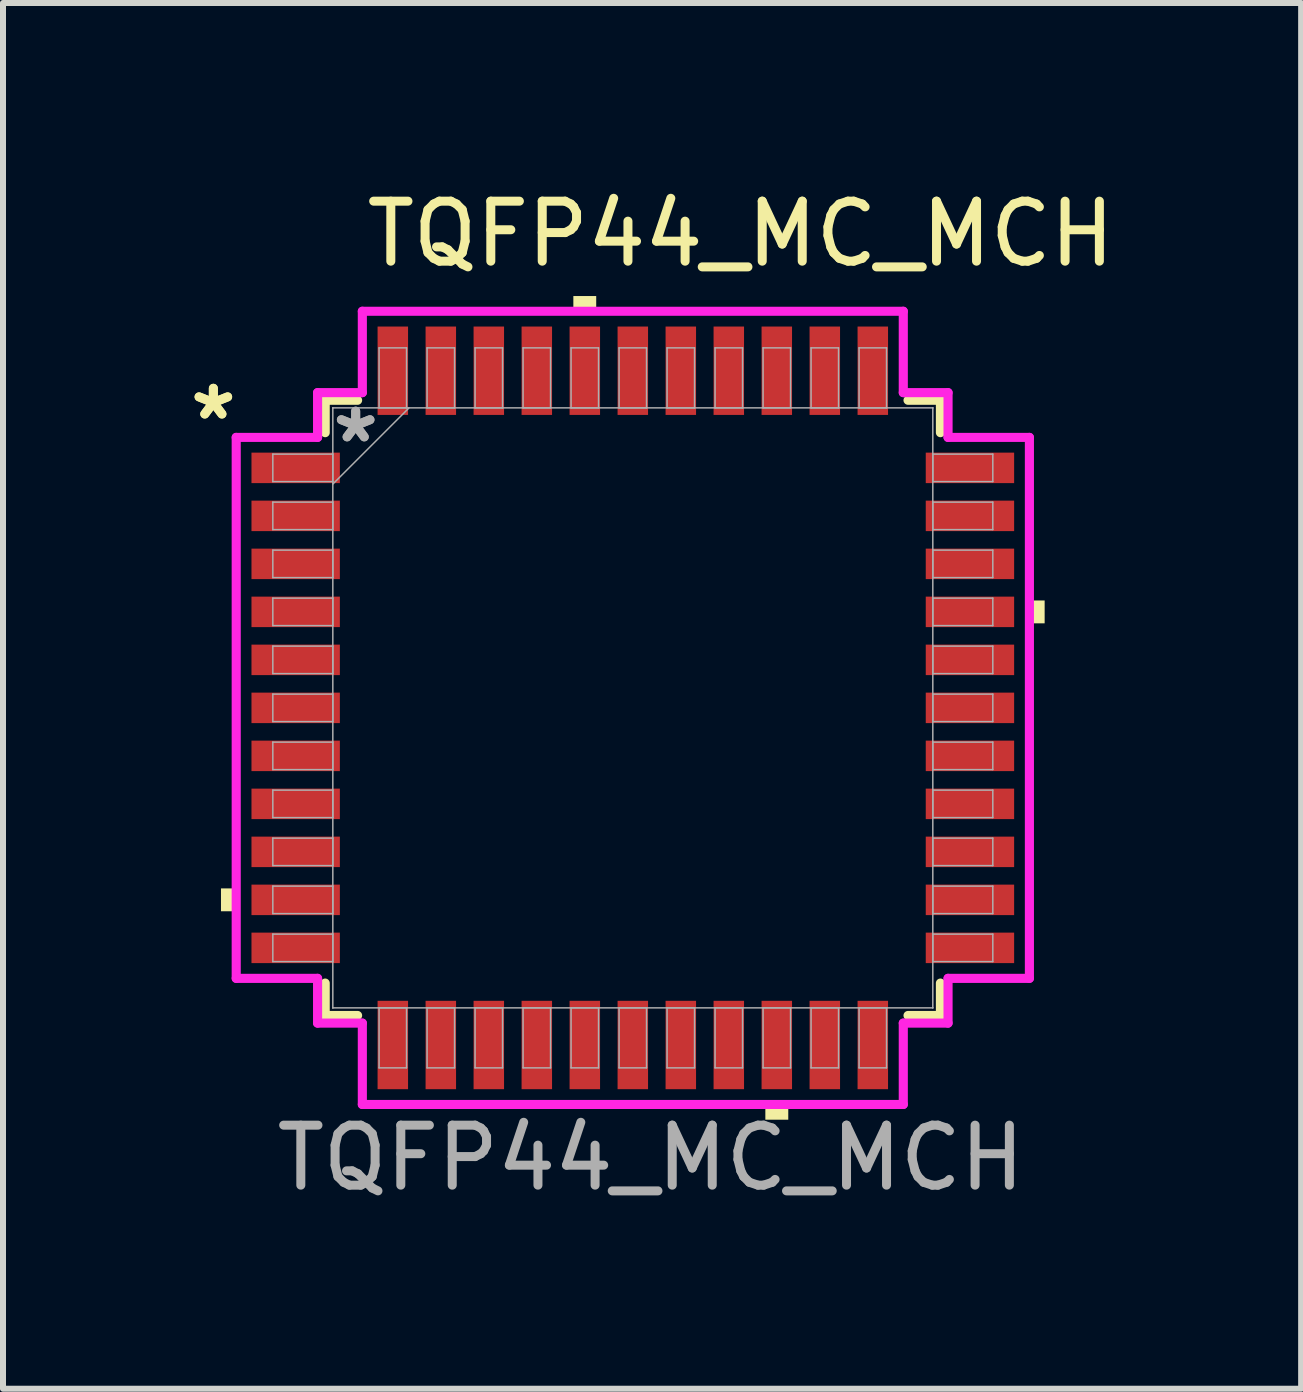
<source format=kicad_pcb>
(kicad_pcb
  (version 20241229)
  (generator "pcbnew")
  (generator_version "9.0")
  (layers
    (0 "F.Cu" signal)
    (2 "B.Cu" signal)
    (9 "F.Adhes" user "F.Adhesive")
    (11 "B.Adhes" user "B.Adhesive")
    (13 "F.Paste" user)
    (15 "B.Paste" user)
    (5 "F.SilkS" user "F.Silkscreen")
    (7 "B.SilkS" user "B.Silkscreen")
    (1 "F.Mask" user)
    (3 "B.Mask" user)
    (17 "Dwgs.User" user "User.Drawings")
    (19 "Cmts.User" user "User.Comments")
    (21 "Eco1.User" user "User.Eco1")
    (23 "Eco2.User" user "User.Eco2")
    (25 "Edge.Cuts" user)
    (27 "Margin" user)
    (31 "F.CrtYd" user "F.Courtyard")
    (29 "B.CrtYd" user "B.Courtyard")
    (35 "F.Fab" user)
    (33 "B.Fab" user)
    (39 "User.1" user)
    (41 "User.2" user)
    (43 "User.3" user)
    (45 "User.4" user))
  (footprint "TQFP44_MC_MCH"
    (layer "F.Cu")
    (at 7.497 8.748)
    (property "Reference" "TQFP44_MC_MCH" (at 1.8 -7.9 0) (unlocked yes) (layer "F.SilkS") (effects (font (size 1 1) (thickness 0.15))))
    (attr smd)
    (fp_line (start -5.127 -5.127) (end -5.127 -4.587) (stroke (width 0.152) (type solid)) (layer "F.SilkS"))
    (fp_line (start -5.127 4.587) (end -5.127 5.127) (stroke (width 0.152) (type solid)) (layer "F.SilkS"))
    (fp_line (start -5.127 5.127) (end -4.587 5.127) (stroke (width 0.152) (type solid)) (layer "F.SilkS"))
    (fp_line (start -4.587 -5.127) (end -5.127 -5.127) (stroke (width 0.152) (type solid)) (layer "F.SilkS"))
    (fp_line (start 4.587 5.127) (end 5.127 5.127) (stroke (width 0.152) (type solid)) (layer "F.SilkS"))
    (fp_line (start 5.127 -5.127) (end 4.587 -5.127) (stroke (width 0.152) (type solid)) (layer "F.SilkS"))
    (fp_line (start 5.127 -4.587) (end 5.127 -5.127) (stroke (width 0.152) (type solid)) (layer "F.SilkS"))
    (fp_line (start 5.127 5.127) (end 5.127 4.587) (stroke (width 0.152) (type solid)) (layer "F.SilkS"))
    (fp_poly (pts (xy -6.864 3.009) (xy -6.864 3.39) (xy -6.61 3.39) (xy -6.61 3.009)) (stroke (width 0) (type solid)) (fill yes) (layer "F.SilkS"))
    (fp_poly (pts (xy -0.991 -6.61) (xy -0.991 -6.864) (xy -0.61 -6.864) (xy -0.61 -6.61)) (stroke (width 0) (type solid)) (fill yes) (layer "F.SilkS"))
    (fp_poly (pts (xy 2.209 6.61) (xy 2.209 6.864) (xy 2.591 6.864) (xy 2.591 6.61)) (stroke (width 0) (type solid)) (fill yes) (layer "F.SilkS"))
    (fp_poly (pts (xy 6.864 -1.79) (xy 6.864 -1.409) (xy 6.61 -1.409) (xy 6.61 -1.79)) (stroke (width 0) (type solid)) (fill yes) (layer "F.SilkS"))
    (fp_line (start -6.61 -4.508) (end -5.254 -4.508) (stroke (width 0.152) (type solid)) (layer "F.CrtYd"))
    (fp_line (start -6.61 4.508) (end -6.61 -4.508) (stroke (width 0.152) (type solid)) (layer "F.CrtYd"))
    (fp_line (start -5.254 -5.254) (end -4.508 -5.254) (stroke (width 0.152) (type solid)) (layer "F.CrtYd"))
    (fp_line (start -5.254 -4.508) (end -5.254 -5.254) (stroke (width 0.152) (type solid)) (layer "F.CrtYd"))
    (fp_line (start -5.254 4.508) (end -6.61 4.508) (stroke (width 0.152) (type solid)) (layer "F.CrtYd"))
    (fp_line (start -5.254 5.254) (end -5.254 4.508) (stroke (width 0.152) (type solid)) (layer "F.CrtYd"))
    (fp_line (start -5.254 5.254) (end -4.508 5.254) (stroke (width 0.152) (type solid)) (layer "F.CrtYd"))
    (fp_line (start -4.508 -6.61) (end 4.508 -6.61) (stroke (width 0.152) (type solid)) (layer "F.CrtYd"))
    (fp_line (start -4.508 -5.254) (end -4.508 -6.61) (stroke (width 0.152) (type solid)) (layer "F.CrtYd"))
    (fp_line (start -4.508 5.254) (end -4.508 6.61) (stroke (width 0.152) (type solid)) (layer "F.CrtYd"))
    (fp_line (start -4.508 6.61) (end 4.508 6.61) (stroke (width 0.152) (type solid)) (layer "F.CrtYd"))
    (fp_line (start 4.508 -6.61) (end 4.508 -5.254) (stroke (width 0.152) (type solid)) (layer "F.CrtYd"))
    (fp_line (start 4.508 -5.254) (end 5.254 -5.254) (stroke (width 0.152) (type solid)) (layer "F.CrtYd"))
    (fp_line (start 4.508 5.254) (end 5.254 5.254) (stroke (width 0.152) (type solid)) (layer "F.CrtYd"))
    (fp_line (start 4.508 6.61) (end 4.508 5.254) (stroke (width 0.152) (type solid)) (layer "F.CrtYd"))
    (fp_line (start 5.254 -4.508) (end 5.254 -5.254) (stroke (width 0.152) (type solid)) (layer "F.CrtYd"))
    (fp_line (start 5.254 4.508) (end 6.61 4.508) (stroke (width 0.152) (type solid)) (layer "F.CrtYd"))
    (fp_line (start 5.254 5.254) (end 5.254 4.508) (stroke (width 0.152) (type solid)) (layer "F.CrtYd"))
    (fp_line (start 6.61 -4.508) (end 5.254 -4.508) (stroke (width 0.152) (type solid)) (layer "F.CrtYd"))
    (fp_line (start 6.61 4.508) (end 6.61 -4.508) (stroke (width 0.152) (type solid)) (layer "F.CrtYd"))
    (fp_line (start -6 -4.229) (end -6 -3.771) (stroke (width 0.025) (type solid)) (layer "F.Fab"))
    (fp_line (start -6 -3.771) (end -5 -3.771) (stroke (width 0.025) (type solid)) (layer "F.Fab"))
    (fp_line (start -6 -3.429) (end -6 -2.971) (stroke (width 0.025) (type solid)) (layer "F.Fab"))
    (fp_line (start -6 -2.971) (end -5 -2.971) (stroke (width 0.025) (type solid)) (layer "F.Fab"))
    (fp_line (start -6 -2.629) (end -6 -2.171) (stroke (width 0.025) (type solid)) (layer "F.Fab"))
    (fp_line (start -6 -2.171) (end -5 -2.171) (stroke (width 0.025) (type solid)) (layer "F.Fab"))
    (fp_line (start -6 -1.829) (end -6 -1.371) (stroke (width 0.025) (type solid)) (layer "F.Fab"))
    (fp_line (start -6 -1.371) (end -5 -1.371) (stroke (width 0.025) (type solid)) (layer "F.Fab"))
    (fp_line (start -6 -1.029) (end -6 -0.571) (stroke (width 0.025) (type solid)) (layer "F.Fab"))
    (fp_line (start -6 -0.571) (end -5 -0.571) (stroke (width 0.025) (type solid)) (layer "F.Fab"))
    (fp_line (start -6 -0.229) (end -6 0.229) (stroke (width 0.025) (type solid)) (layer "F.Fab"))
    (fp_line (start -6 0.229) (end -5 0.229) (stroke (width 0.025) (type solid)) (layer "F.Fab"))
    (fp_line (start -6 0.571) (end -6 1.029) (stroke (width 0.025) (type solid)) (layer "F.Fab"))
    (fp_line (start -6 1.029) (end -5 1.029) (stroke (width 0.025) (type solid)) (layer "F.Fab"))
    (fp_line (start -6 1.371) (end -6 1.829) (stroke (width 0.025) (type solid)) (layer "F.Fab"))
    (fp_line (start -6 1.829) (end -5 1.829) (stroke (width 0.025) (type solid)) (layer "F.Fab"))
    (fp_line (start -6 2.171) (end -6 2.629) (stroke (width 0.025) (type solid)) (layer "F.Fab"))
    (fp_line (start -6 2.629) (end -5 2.629) (stroke (width 0.025) (type solid)) (layer "F.Fab"))
    (fp_line (start -6 2.971) (end -6 3.429) (stroke (width 0.025) (type solid)) (layer "F.Fab"))
    (fp_line (start -6 3.429) (end -5 3.429) (stroke (width 0.025) (type solid)) (layer "F.Fab"))
    (fp_line (start -6 3.771) (end -6 4.229) (stroke (width 0.025) (type solid)) (layer "F.Fab"))
    (fp_line (start -6 4.229) (end -5 4.229) (stroke (width 0.025) (type solid)) (layer "F.Fab"))
    (fp_line (start -5 -5) (end -5 -5) (stroke (width 0.025) (type solid)) (layer "F.Fab"))
    (fp_line (start -5 -5) (end -5 5) (stroke (width 0.025) (type solid)) (layer "F.Fab"))
    (fp_line (start -5 -4.229) (end -6 -4.229) (stroke (width 0.025) (type solid)) (layer "F.Fab"))
    (fp_line (start -5 -3.771) (end -5 -4.229) (stroke (width 0.025) (type solid)) (layer "F.Fab"))
    (fp_line (start -5 -3.73) (end -3.73 -5) (stroke (width 0.025) (type solid)) (layer "F.Fab"))
    (fp_line (start -5 -3.429) (end -6 -3.429) (stroke (width 0.025) (type solid)) (layer "F.Fab"))
    (fp_line (start -5 -2.971) (end -5 -3.429) (stroke (width 0.025) (type solid)) (layer "F.Fab"))
    (fp_line (start -5 -2.629) (end -6 -2.629) (stroke (width 0.025) (type solid)) (layer "F.Fab"))
    (fp_line (start -5 -2.171) (end -5 -2.629) (stroke (width 0.025) (type solid)) (layer "F.Fab"))
    (fp_line (start -5 -1.829) (end -6 -1.829) (stroke (width 0.025) (type solid)) (layer "F.Fab"))
    (fp_line (start -5 -1.371) (end -5 -1.829) (stroke (width 0.025) (type solid)) (layer "F.Fab"))
    (fp_line (start -5 -1.029) (end -6 -1.029) (stroke (width 0.025) (type solid)) (layer "F.Fab"))
    (fp_line (start -5 -0.571) (end -5 -1.029) (stroke (width 0.025) (type solid)) (layer "F.Fab"))
    (fp_line (start -5 -0.229) (end -6 -0.229) (stroke (width 0.025) (type solid)) (layer "F.Fab"))
    (fp_line (start -5 0.229) (end -5 -0.229) (stroke (width 0.025) (type solid)) (layer "F.Fab"))
    (fp_line (start -5 0.571) (end -6 0.571) (stroke (width 0.025) (type solid)) (layer "F.Fab"))
    (fp_line (start -5 1.029) (end -5 0.571) (stroke (width 0.025) (type solid)) (layer "F.Fab"))
    (fp_line (start -5 1.371) (end -6 1.371) (stroke (width 0.025) (type solid)) (layer "F.Fab"))
    (fp_line (start -5 1.829) (end -5 1.371) (stroke (width 0.025) (type solid)) (layer "F.Fab"))
    (fp_line (start -5 2.171) (end -6 2.171) (stroke (width 0.025) (type solid)) (layer "F.Fab"))
    (fp_line (start -5 2.629) (end -5 2.171) (stroke (width 0.025) (type solid)) (layer "F.Fab"))
    (fp_line (start -5 2.971) (end -6 2.971) (stroke (width 0.025) (type solid)) (layer "F.Fab"))
    (fp_line (start -5 3.429) (end -5 2.971) (stroke (width 0.025) (type solid)) (layer "F.Fab"))
    (fp_line (start -5 3.771) (end -6 3.771) (stroke (width 0.025) (type solid)) (layer "F.Fab"))
    (fp_line (start -5 4.229) (end -5 3.771) (stroke (width 0.025) (type solid)) (layer "F.Fab"))
    (fp_line (start -5 5) (end -5 5) (stroke (width 0.025) (type solid)) (layer "F.Fab"))
    (fp_line (start -5 5) (end 5 5) (stroke (width 0.025) (type solid)) (layer "F.Fab"))
    (fp_line (start -4.229 5) (end -4.229 6) (stroke (width 0.025) (type solid)) (layer "F.Fab"))
    (fp_line (start -4.229 6) (end -3.771 6) (stroke (width 0.025) (type solid)) (layer "F.Fab"))
    (fp_line (start -4.229 -6) (end -4.229 -5) (stroke (width 0.025) (type solid)) (layer "F.Fab"))
    (fp_line (start -4.229 -5) (end -3.771 -5) (stroke (width 0.025) (type solid)) (layer "F.Fab"))
    (fp_line (start -3.771 5) (end -4.229 5) (stroke (width 0.025) (type solid)) (layer "F.Fab"))
    (fp_line (start -3.771 6) (end -3.771 5) (stroke (width 0.025) (type solid)) (layer "F.Fab"))
    (fp_line (start -3.771 -6) (end -4.229 -6) (stroke (width 0.025) (type solid)) (layer "F.Fab"))
    (fp_line (start -3.771 -5) (end -3.771 -6) (stroke (width 0.025) (type solid)) (layer "F.Fab"))
    (fp_line (start -3.429 -6) (end -3.429 -5) (stroke (width 0.025) (type solid)) (layer "F.Fab"))
    (fp_line (start -3.429 -5) (end -2.971 -5) (stroke (width 0.025) (type solid)) (layer "F.Fab"))
    (fp_line (start -3.429 5) (end -3.429 6) (stroke (width 0.025) (type solid)) (layer "F.Fab"))
    (fp_line (start -3.429 6) (end -2.971 6) (stroke (width 0.025) (type solid)) (layer "F.Fab"))
    (fp_line (start -2.971 -6) (end -3.429 -6) (stroke (width 0.025) (type solid)) (layer "F.Fab"))
    (fp_line (start -2.971 -5) (end -2.971 -6) (stroke (width 0.025) (type solid)) (layer "F.Fab"))
    (fp_line (start -2.971 5) (end -3.429 5) (stroke (width 0.025) (type solid)) (layer "F.Fab"))
    (fp_line (start -2.971 6) (end -2.971 5) (stroke (width 0.025) (type solid)) (layer "F.Fab"))
    (fp_line (start -2.629 -6) (end -2.629 -5) (stroke (width 0.025) (type solid)) (layer "F.Fab"))
    (fp_line (start -2.629 -5) (end -2.171 -5) (stroke (width 0.025) (type solid)) (layer "F.Fab"))
    (fp_line (start -2.629 5) (end -2.629 6) (stroke (width 0.025) (type solid)) (layer "F.Fab"))
    (fp_line (start -2.629 6) (end -2.171 6) (stroke (width 0.025) (type solid)) (layer "F.Fab"))
    (fp_line (start -2.171 -6) (end -2.629 -6) (stroke (width 0.025) (type solid)) (layer "F.Fab"))
    (fp_line (start -2.171 -5) (end -2.171 -6) (stroke (width 0.025) (type solid)) (layer "F.Fab"))
    (fp_line (start -2.171 5) (end -2.629 5) (stroke (width 0.025) (type solid)) (layer "F.Fab"))
    (fp_line (start -2.171 6) (end -2.171 5) (stroke (width 0.025) (type solid)) (layer "F.Fab"))
    (fp_line (start -1.829 -6) (end -1.829 -5) (stroke (width 0.025) (type solid)) (layer "F.Fab"))
    (fp_line (start -1.829 -5) (end -1.371 -5) (stroke (width 0.025) (type solid)) (layer "F.Fab"))
    (fp_line (start -1.829 5) (end -1.829 6) (stroke (width 0.025) (type solid)) (layer "F.Fab"))
    (fp_line (start -1.829 6) (end -1.371 6) (stroke (width 0.025) (type solid)) (layer "F.Fab"))
    (fp_line (start -1.371 -6) (end -1.829 -6) (stroke (width 0.025) (type solid)) (layer "F.Fab"))
    (fp_line (start -1.371 -5) (end -1.371 -6) (stroke (width 0.025) (type solid)) (layer "F.Fab"))
    (fp_line (start -1.371 5) (end -1.829 5) (stroke (width 0.025) (type solid)) (layer "F.Fab"))
    (fp_line (start -1.371 6) (end -1.371 5) (stroke (width 0.025) (type solid)) (layer "F.Fab"))
    (fp_line (start -1.029 -6) (end -1.029 -5) (stroke (width 0.025) (type solid)) (layer "F.Fab"))
    (fp_line (start -1.029 -5) (end -0.571 -5) (stroke (width 0.025) (type solid)) (layer "F.Fab"))
    (fp_line (start -1.029 5) (end -1.029 6) (stroke (width 0.025) (type solid)) (layer "F.Fab"))
    (fp_line (start -1.029 6) (end -0.571 6) (stroke (width 0.025) (type solid)) (layer "F.Fab"))
    (fp_line (start -0.571 -6) (end -1.029 -6) (stroke (width 0.025) (type solid)) (layer "F.Fab"))
    (fp_line (start -0.571 -5) (end -0.571 -6) (stroke (width 0.025) (type solid)) (layer "F.Fab"))
    (fp_line (start -0.571 5) (end -1.029 5) (stroke (width 0.025) (type solid)) (layer "F.Fab"))
    (fp_line (start -0.571 6) (end -0.571 5) (stroke (width 0.025) (type solid)) (layer "F.Fab"))
    (fp_line (start -0.229 -6) (end -0.229 -5) (stroke (width 0.025) (type solid)) (layer "F.Fab"))
    (fp_line (start -0.229 -5) (end 0.229 -5) (stroke (width 0.025) (type solid)) (layer "F.Fab"))
    (fp_line (start -0.229 5) (end -0.229 6) (stroke (width 0.025) (type solid)) (layer "F.Fab"))
    (fp_line (start -0.229 6) (end 0.229 6) (stroke (width 0.025) (type solid)) (layer "F.Fab"))
    (fp_line (start 0.229 -6) (end -0.229 -6) (stroke (width 0.025) (type solid)) (layer "F.Fab"))
    (fp_line (start 0.229 -5) (end 0.229 -6) (stroke (width 0.025) (type solid)) (layer "F.Fab"))
    (fp_line (start 0.229 5) (end -0.229 5) (stroke (width 0.025) (type solid)) (layer "F.Fab"))
    (fp_line (start 0.229 6) (end 0.229 5) (stroke (width 0.025) (type solid)) (layer "F.Fab"))
    (fp_line (start 0.571 -6) (end 0.571 -5) (stroke (width 0.025) (type solid)) (layer "F.Fab"))
    (fp_line (start 0.571 -5) (end 1.029 -5) (stroke (width 0.025) (type solid)) (layer "F.Fab"))
    (fp_line (start 0.571 5) (end 0.571 6) (stroke (width 0.025) (type solid)) (layer "F.Fab"))
    (fp_line (start 0.571 6) (end 1.029 6) (stroke (width 0.025) (type solid)) (layer "F.Fab"))
    (fp_line (start 1.029 -6) (end 0.571 -6) (stroke (width 0.025) (type solid)) (layer "F.Fab"))
    (fp_line (start 1.029 -5) (end 1.029 -6) (stroke (width 0.025) (type solid)) (layer "F.Fab"))
    (fp_line (start 1.029 5) (end 0.571 5) (stroke (width 0.025) (type solid)) (layer "F.Fab"))
    (fp_line (start 1.029 6) (end 1.029 5) (stroke (width 0.025) (type solid)) (layer "F.Fab"))
    (fp_line (start 1.371 -6) (end 1.371 -5) (stroke (width 0.025) (type solid)) (layer "F.Fab"))
    (fp_line (start 1.371 -5) (end 1.829 -5) (stroke (width 0.025) (type solid)) (layer "F.Fab"))
    (fp_line (start 1.371 5) (end 1.371 6) (stroke (width 0.025) (type solid)) (layer "F.Fab"))
    (fp_line (start 1.371 6) (end 1.829 6) (stroke (width 0.025) (type solid)) (layer "F.Fab"))
    (fp_line (start 1.829 -6) (end 1.371 -6) (stroke (width 0.025) (type solid)) (layer "F.Fab"))
    (fp_line (start 1.829 -5) (end 1.829 -6) (stroke (width 0.025) (type solid)) (layer "F.Fab"))
    (fp_line (start 1.829 5) (end 1.371 5) (stroke (width 0.025) (type solid)) (layer "F.Fab"))
    (fp_line (start 1.829 6) (end 1.829 5) (stroke (width 0.025) (type solid)) (layer "F.Fab"))
    (fp_line (start 2.171 -6) (end 2.171 -5) (stroke (width 0.025) (type solid)) (layer "F.Fab"))
    (fp_line (start 2.171 -5) (end 2.629 -5) (stroke (width 0.025) (type solid)) (layer "F.Fab"))
    (fp_line (start 2.171 5) (end 2.171 6) (stroke (width 0.025) (type solid)) (layer "F.Fab"))
    (fp_line (start 2.171 6) (end 2.629 6) (stroke (width 0.025) (type solid)) (layer "F.Fab"))
    (fp_line (start 2.629 -6) (end 2.171 -6) (stroke (width 0.025) (type solid)) (layer "F.Fab"))
    (fp_line (start 2.629 -5) (end 2.629 -6) (stroke (width 0.025) (type solid)) (layer "F.Fab"))
    (fp_line (start 2.629 5) (end 2.171 5) (stroke (width 0.025) (type solid)) (layer "F.Fab"))
    (fp_line (start 2.629 6) (end 2.629 5) (stroke (width 0.025) (type solid)) (layer "F.Fab"))
    (fp_line (start 2.971 -6) (end 2.971 -5) (stroke (width 0.025) (type solid)) (layer "F.Fab"))
    (fp_line (start 2.971 -5) (end 3.429 -5) (stroke (width 0.025) (type solid)) (layer "F.Fab"))
    (fp_line (start 2.971 5) (end 2.971 6) (stroke (width 0.025) (type solid)) (layer "F.Fab"))
    (fp_line (start 2.971 6) (end 3.429 6) (stroke (width 0.025) (type solid)) (layer "F.Fab"))
    (fp_line (start 3.429 -6) (end 2.971 -6) (stroke (width 0.025) (type solid)) (layer "F.Fab"))
    (fp_line (start 3.429 -5) (end 3.429 -6) (stroke (width 0.025) (type solid)) (layer "F.Fab"))
    (fp_line (start 3.429 5) (end 2.971 5) (stroke (width 0.025) (type solid)) (layer "F.Fab"))
    (fp_line (start 3.429 6) (end 3.429 5) (stroke (width 0.025) (type solid)) (layer "F.Fab"))
    (fp_line (start 3.771 5) (end 3.771 6) (stroke (width 0.025) (type solid)) (layer "F.Fab"))
    (fp_line (start 3.771 6) (end 4.229 6) (stroke (width 0.025) (type solid)) (layer "F.Fab"))
    (fp_line (start 3.771 -6) (end 3.771 -5) (stroke (width 0.025) (type solid)) (layer "F.Fab"))
    (fp_line (start 3.771 -5) (end 4.229 -5) (stroke (width 0.025) (type solid)) (layer "F.Fab"))
    (fp_line (start 4.229 5) (end 3.771 5) (stroke (width 0.025) (type solid)) (layer "F.Fab"))
    (fp_line (start 4.229 6) (end 4.229 5) (stroke (width 0.025) (type solid)) (layer "F.Fab"))
    (fp_line (start 4.229 -6) (end 3.771 -6) (stroke (width 0.025) (type solid)) (layer "F.Fab"))
    (fp_line (start 4.229 -5) (end 4.229 -6) (stroke (width 0.025) (type solid)) (layer "F.Fab"))
    (fp_line (start 5 -5) (end -5 -5) (stroke (width 0.025) (type solid)) (layer "F.Fab"))
    (fp_line (start 5 -5) (end 5 -5) (stroke (width 0.025) (type solid)) (layer "F.Fab"))
    (fp_line (start 5 -4.229) (end 5 -3.771) (stroke (width 0.025) (type solid)) (layer "F.Fab"))
    (fp_line (start 5 -3.771) (end 6 -3.771) (stroke (width 0.025) (type solid)) (layer "F.Fab"))
    (fp_line (start 5 -3.429) (end 5 -2.971) (stroke (width 0.025) (type solid)) (layer "F.Fab"))
    (fp_line (start 5 -2.971) (end 6 -2.971) (stroke (width 0.025) (type solid)) (layer "F.Fab"))
    (fp_line (start 5 -2.629) (end 5 -2.171) (stroke (width 0.025) (type solid)) (layer "F.Fab"))
    (fp_line (start 5 -2.171) (end 6 -2.171) (stroke (width 0.025) (type solid)) (layer "F.Fab"))
    (fp_line (start 5 -1.829) (end 5 -1.371) (stroke (width 0.025) (type solid)) (layer "F.Fab"))
    (fp_line (start 5 -1.371) (end 6 -1.371) (stroke (width 0.025) (type solid)) (layer "F.Fab"))
    (fp_line (start 5 -1.029) (end 5 -0.571) (stroke (width 0.025) (type solid)) (layer "F.Fab"))
    (fp_line (start 5 -0.571) (end 6 -0.571) (stroke (width 0.025) (type solid)) (layer "F.Fab"))
    (fp_line (start 5 -0.229) (end 5 0.229) (stroke (width 0.025) (type solid)) (layer "F.Fab"))
    (fp_line (start 5 0.229) (end 6 0.229) (stroke (width 0.025) (type solid)) (layer "F.Fab"))
    (fp_line (start 5 0.571) (end 5 1.029) (stroke (width 0.025) (type solid)) (layer "F.Fab"))
    (fp_line (start 5 1.029) (end 6 1.029) (stroke (width 0.025) (type solid)) (layer "F.Fab"))
    (fp_line (start 5 1.371) (end 5 1.829) (stroke (width 0.025) (type solid)) (layer "F.Fab"))
    (fp_line (start 5 1.829) (end 6 1.829) (stroke (width 0.025) (type solid)) (layer "F.Fab"))
    (fp_line (start 5 2.171) (end 5 2.629) (stroke (width 0.025) (type solid)) (layer "F.Fab"))
    (fp_line (start 5 2.629) (end 6 2.629) (stroke (width 0.025) (type solid)) (layer "F.Fab"))
    (fp_line (start 5 2.971) (end 5 3.429) (stroke (width 0.025) (type solid)) (layer "F.Fab"))
    (fp_line (start 5 3.429) (end 6 3.429) (stroke (width 0.025) (type solid)) (layer "F.Fab"))
    (fp_line (start 5 3.771) (end 5 4.229) (stroke (width 0.025) (type solid)) (layer "F.Fab"))
    (fp_line (start 5 4.229) (end 6 4.229) (stroke (width 0.025) (type solid)) (layer "F.Fab"))
    (fp_line (start 5 5) (end 5 -5) (stroke (width 0.025) (type solid)) (layer "F.Fab"))
    (fp_line (start 5 5) (end 5 5) (stroke (width 0.025) (type solid)) (layer "F.Fab"))
    (fp_line (start 6 -4.229) (end 5 -4.229) (stroke (width 0.025) (type solid)) (layer "F.Fab"))
    (fp_line (start 6 -3.771) (end 6 -4.229) (stroke (width 0.025) (type solid)) (layer "F.Fab"))
    (fp_line (start 6 -3.429) (end 5 -3.429) (stroke (width 0.025) (type solid)) (layer "F.Fab"))
    (fp_line (start 6 -2.971) (end 6 -3.429) (stroke (width 0.025) (type solid)) (layer "F.Fab"))
    (fp_line (start 6 -2.629) (end 5 -2.629) (stroke (width 0.025) (type solid)) (layer "F.Fab"))
    (fp_line (start 6 -2.171) (end 6 -2.629) (stroke (width 0.025) (type solid)) (layer "F.Fab"))
    (fp_line (start 6 -1.829) (end 5 -1.829) (stroke (width 0.025) (type solid)) (layer "F.Fab"))
    (fp_line (start 6 -1.371) (end 6 -1.829) (stroke (width 0.025) (type solid)) (layer "F.Fab"))
    (fp_line (start 6 -1.029) (end 5 -1.029) (stroke (width 0.025) (type solid)) (layer "F.Fab"))
    (fp_line (start 6 -0.571) (end 6 -1.029) (stroke (width 0.025) (type solid)) (layer "F.Fab"))
    (fp_line (start 6 -0.229) (end 5 -0.229) (stroke (width 0.025) (type solid)) (layer "F.Fab"))
    (fp_line (start 6 0.229) (end 6 -0.229) (stroke (width 0.025) (type solid)) (layer "F.Fab"))
    (fp_line (start 6 0.571) (end 5 0.571) (stroke (width 0.025) (type solid)) (layer "F.Fab"))
    (fp_line (start 6 1.029) (end 6 0.571) (stroke (width 0.025) (type solid)) (layer "F.Fab"))
    (fp_line (start 6 1.371) (end 5 1.371) (stroke (width 0.025) (type solid)) (layer "F.Fab"))
    (fp_line (start 6 1.829) (end 6 1.371) (stroke (width 0.025) (type solid)) (layer "F.Fab"))
    (fp_line (start 6 2.171) (end 5 2.171) (stroke (width 0.025) (type solid)) (layer "F.Fab"))
    (fp_line (start 6 2.629) (end 6 2.171) (stroke (width 0.025) (type solid)) (layer "F.Fab"))
    (fp_line (start 6 2.971) (end 5 2.971) (stroke (width 0.025) (type solid)) (layer "F.Fab"))
    (fp_line (start 6 3.429) (end 6 2.971) (stroke (width 0.025) (type solid)) (layer "F.Fab"))
    (fp_line (start 6 3.771) (end 5 3.771) (stroke (width 0.025) (type solid)) (layer "F.Fab"))
    (fp_line (start 6 4.229) (end 6 3.771) (stroke (width 0.025) (type solid)) (layer "F.Fab"))
    (fp_text user "*" (at -6.991 -4.781 0) (unlocked yes) (layer "F.SilkS") (effects (font (size 1 1) (thickness 0.15))))
    (fp_text user "*" (at -6.991 -4.781 0) (layer "F.SilkS") (effects (font (size 1 1) (thickness 0.15))))
    (fp_text user "${REFERENCE}" (at 0.3 7.5 0) (unlocked yes) (layer "F.Fab") (effects (font (size 1 1) (thickness 0.15))))
    (fp_text user "*" (at -4.619 -4.4 0) (unlocked yes) (layer "F.Fab") (effects (font (size 1 1) (thickness 0.15))))
    (fp_text user "*" (at -4.619 -4.4 0) (layer "F.Fab") (effects (font (size 1 1) (thickness 0.15))))
    (pad "1" smd rect (at -5.619 -4 90) (size 0.508 1.473) (layers "F.Cu" "F.Mask" "F.Paste"))
    (pad "2" smd rect (at -5.619 -3.2 90) (size 0.508 1.473) (layers "F.Cu" "F.Mask" "F.Paste"))
    (pad "3" smd rect (at -5.619 -2.4 90) (size 0.508 1.473) (layers "F.Cu" "F.Mask" "F.Paste"))
    (pad "4" smd rect (at -5.619 -1.6 90) (size 0.508 1.473) (layers "F.Cu" "F.Mask" "F.Paste"))
    (pad "5" smd rect (at -5.619 -0.8 90) (size 0.508 1.473) (layers "F.Cu" "F.Mask" "F.Paste"))
    (pad "6" smd rect (at -5.619 0 90) (size 0.508 1.473) (layers "F.Cu" "F.Mask" "F.Paste"))
    (pad "7" smd rect (at -5.619 0.8 90) (size 0.508 1.473) (layers "F.Cu" "F.Mask" "F.Paste"))
    (pad "8" smd rect (at -5.619 1.6 90) (size 0.508 1.473) (layers "F.Cu" "F.Mask" "F.Paste"))
    (pad "9" smd rect (at -5.619 2.4 90) (size 0.508 1.473) (layers "F.Cu" "F.Mask" "F.Paste"))
    (pad "10" smd rect (at -5.619 3.2 90) (size 0.508 1.473) (layers "F.Cu" "F.Mask" "F.Paste"))
    (pad "11" smd rect (at -5.619 4 90) (size 0.508 1.473) (layers "F.Cu" "F.Mask" "F.Paste"))
    (pad "12" smd rect (at -4 5.619) (size 0.508 1.473) (layers "F.Cu" "F.Mask" "F.Paste"))
    (pad "13" smd rect (at -3.2 5.619) (size 0.508 1.473) (layers "F.Cu" "F.Mask" "F.Paste"))
    (pad "14" smd rect (at -2.4 5.619) (size 0.508 1.473) (layers "F.Cu" "F.Mask" "F.Paste"))
    (pad "15" smd rect (at -1.6 5.619) (size 0.508 1.473) (layers "F.Cu" "F.Mask" "F.Paste"))
    (pad "16" smd rect (at -0.8 5.619) (size 0.508 1.473) (layers "F.Cu" "F.Mask" "F.Paste"))
    (pad "17" smd rect (at 0 5.619) (size 0.508 1.473) (layers "F.Cu" "F.Mask" "F.Paste"))
    (pad "18" smd rect (at 0.8 5.619) (size 0.508 1.473) (layers "F.Cu" "F.Mask" "F.Paste"))
    (pad "19" smd rect (at 1.6 5.619) (size 0.508 1.473) (layers "F.Cu" "F.Mask" "F.Paste"))
    (pad "20" smd rect (at 2.4 5.619) (size 0.508 1.473) (layers "F.Cu" "F.Mask" "F.Paste"))
    (pad "21" smd rect (at 3.2 5.619) (size 0.508 1.473) (layers "F.Cu" "F.Mask" "F.Paste"))
    (pad "22" smd rect (at 4 5.619) (size 0.508 1.473) (layers "F.Cu" "F.Mask" "F.Paste"))
    (pad "23" smd rect (at 5.619 4 90) (size 0.508 1.473) (layers "F.Cu" "F.Mask" "F.Paste"))
    (pad "24" smd rect (at 5.619 3.2 90) (size 0.508 1.473) (layers "F.Cu" "F.Mask" "F.Paste"))
    (pad "25" smd rect (at 5.619 2.4 90) (size 0.508 1.473) (layers "F.Cu" "F.Mask" "F.Paste"))
    (pad "26" smd rect (at 5.619 1.6 90) (size 0.508 1.473) (layers "F.Cu" "F.Mask" "F.Paste"))
    (pad "27" smd rect (at 5.619 0.8 90) (size 0.508 1.473) (layers "F.Cu" "F.Mask" "F.Paste"))
    (pad "28" smd rect (at 5.619 0 90) (size 0.508 1.473) (layers "F.Cu" "F.Mask" "F.Paste"))
    (pad "29" smd rect (at 5.619 -0.8 90) (size 0.508 1.473) (layers "F.Cu" "F.Mask" "F.Paste"))
    (pad "30" smd rect (at 5.619 -1.6 90) (size 0.508 1.473) (layers "F.Cu" "F.Mask" "F.Paste"))
    (pad "31" smd rect (at 5.619 -2.4 90) (size 0.508 1.473) (layers "F.Cu" "F.Mask" "F.Paste"))
    (pad "32" smd rect (at 5.619 -3.2 90) (size 0.508 1.473) (layers "F.Cu" "F.Mask" "F.Paste"))
    (pad "33" smd rect (at 5.619 -4 90) (size 0.508 1.473) (layers "F.Cu" "F.Mask" "F.Paste"))
    (pad "34" smd rect (at 4 -5.619) (size 0.508 1.473) (layers "F.Cu" "F.Mask" "F.Paste"))
    (pad "35" smd rect (at 3.2 -5.619) (size 0.508 1.473) (layers "F.Cu" "F.Mask" "F.Paste"))
    (pad "36" smd rect (at 2.4 -5.619) (size 0.508 1.473) (layers "F.Cu" "F.Mask" "F.Paste"))
    (pad "37" smd rect (at 1.6 -5.619) (size 0.508 1.473) (layers "F.Cu" "F.Mask" "F.Paste"))
    (pad "38" smd rect (at 0.8 -5.619) (size 0.508 1.473) (layers "F.Cu" "F.Mask" "F.Paste"))
    (pad "39" smd rect (at 0 -5.619) (size 0.508 1.473) (layers "F.Cu" "F.Mask" "F.Paste"))
    (pad "40" smd rect (at -0.8 -5.619) (size 0.508 1.473) (layers "F.Cu" "F.Mask" "F.Paste"))
    (pad "41" smd rect (at -1.6 -5.619) (size 0.508 1.473) (layers "F.Cu" "F.Mask" "F.Paste"))
    (pad "42" smd rect (at -2.4 -5.619) (size 0.508 1.473) (layers "F.Cu" "F.Mask" "F.Paste"))
    (pad "43" smd rect (at -3.2 -5.619) (size 0.508 1.473) (layers "F.Cu" "F.Mask" "F.Paste"))
    (pad "44" smd rect (at -4 -5.619) (size 0.508 1.473) (layers "F.Cu" "F.Mask" "F.Paste")))
  (gr_rect
    (start -3 -3)
    (end 18.636 20.096)
    (stroke (width 0.1) (type default))
    (fill no)
    (layer "Edge.Cuts")))
</source>
